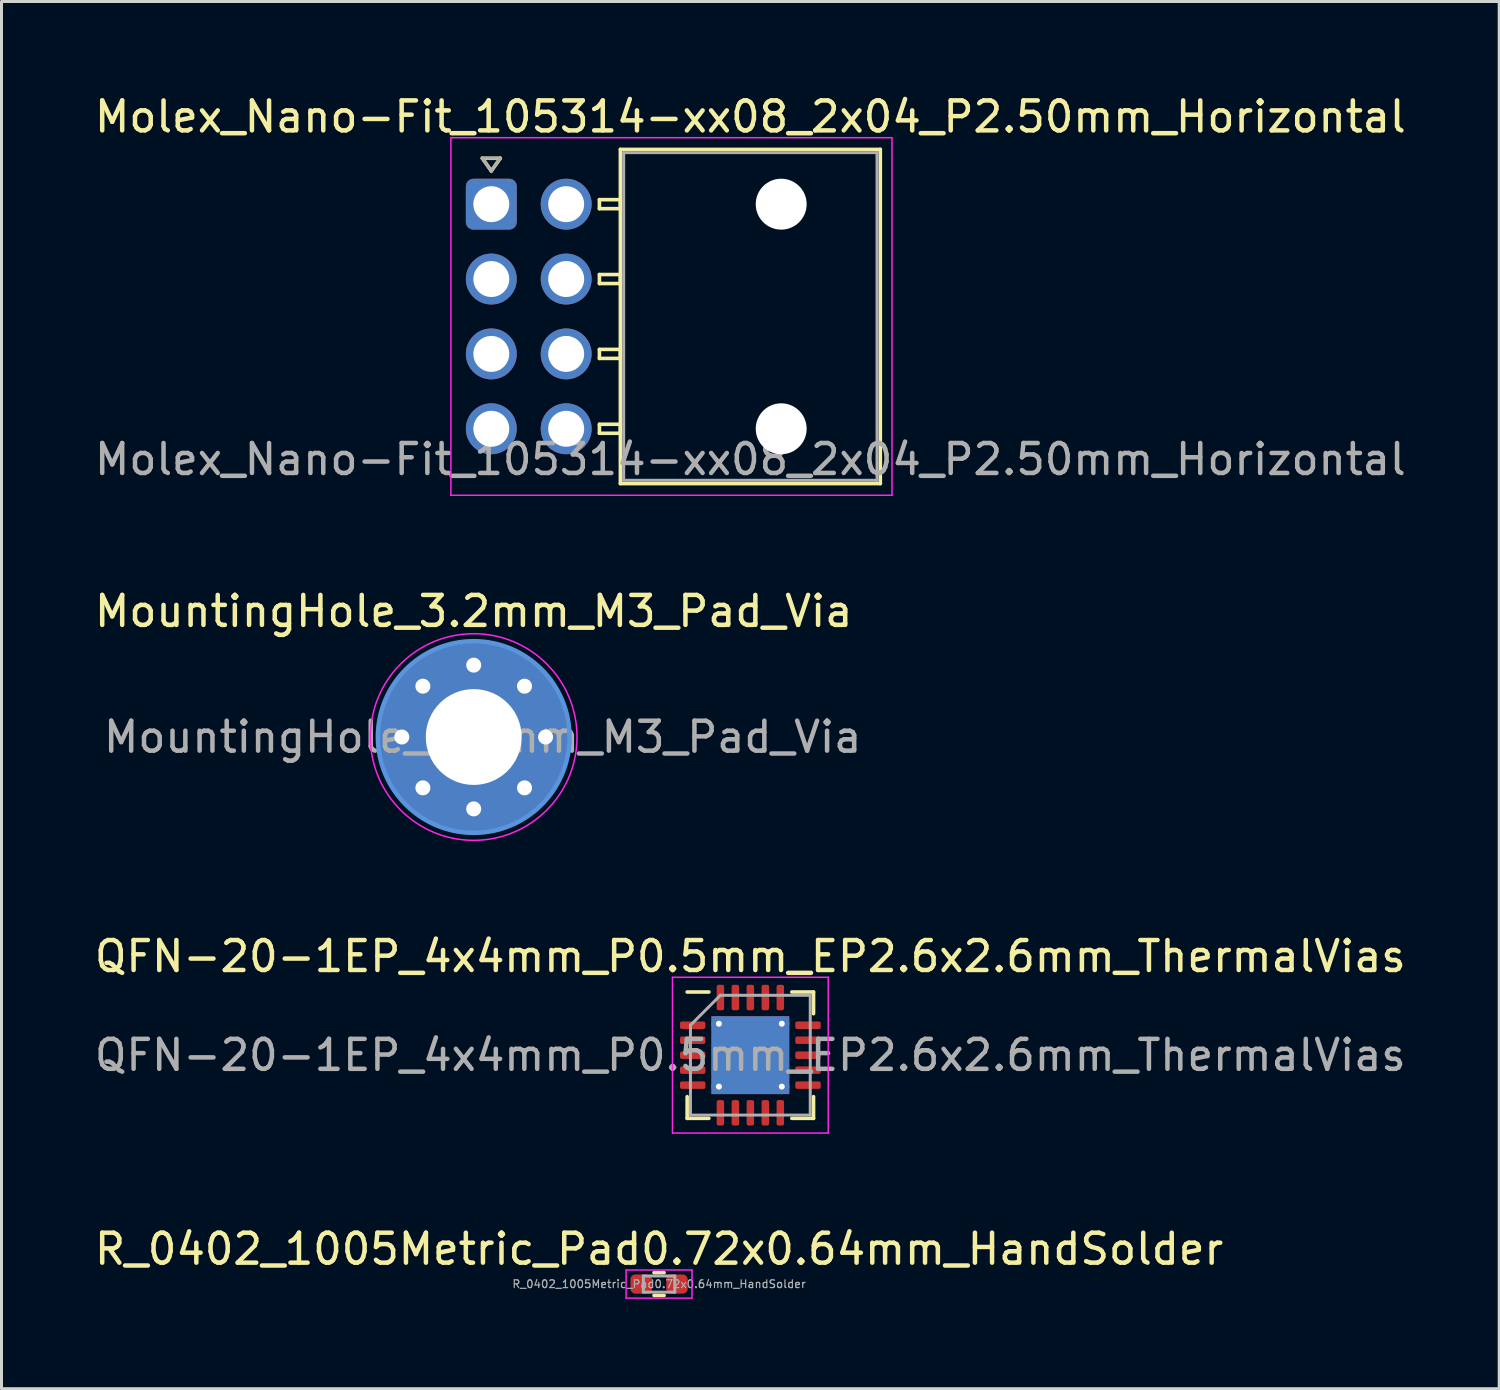
<source format=kicad_pcb>
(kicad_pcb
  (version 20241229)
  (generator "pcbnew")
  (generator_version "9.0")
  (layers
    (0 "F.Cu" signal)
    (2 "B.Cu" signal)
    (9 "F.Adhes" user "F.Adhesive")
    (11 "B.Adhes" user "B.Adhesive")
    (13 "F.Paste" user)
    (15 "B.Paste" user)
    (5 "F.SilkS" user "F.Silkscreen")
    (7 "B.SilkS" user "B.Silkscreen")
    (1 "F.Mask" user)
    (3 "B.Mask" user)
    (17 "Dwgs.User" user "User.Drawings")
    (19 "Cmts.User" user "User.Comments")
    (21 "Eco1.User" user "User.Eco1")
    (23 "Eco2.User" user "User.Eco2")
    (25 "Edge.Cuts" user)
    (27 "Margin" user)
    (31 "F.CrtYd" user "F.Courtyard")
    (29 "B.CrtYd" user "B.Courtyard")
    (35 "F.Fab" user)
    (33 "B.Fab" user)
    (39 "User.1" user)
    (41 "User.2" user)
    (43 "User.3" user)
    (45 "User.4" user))
  (footprint "QFN-20-1EP_4x4mm_P0.5mm_EP2.6x2.6mm_ThermalVias"
    (layer "F.Cu")
    (at 22.006 32.185)
    (property "Reference" "QFN-20-1EP_4x4mm_P0.5mm_EP2.6x2.6mm_ThermalVias" (at 0 -3.3 0) (layer "F.SilkS") (effects (font (size 1 1) (thickness 0.15))))
    (attr smd)
    (fp_line (start -2.11 2.11) (end -2.11 1.385) (stroke (width 0.12) (type solid)) (layer "F.SilkS"))
    (fp_line (start -1.385 -2.11) (end -2.11 -2.11) (stroke (width 0.12) (type solid)) (layer "F.SilkS"))
    (fp_line (start -1.385 2.11) (end -2.11 2.11) (stroke (width 0.12) (type solid)) (layer "F.SilkS"))
    (fp_line (start 1.385 -2.11) (end 2.11 -2.11) (stroke (width 0.12) (type solid)) (layer "F.SilkS"))
    (fp_line (start 1.385 2.11) (end 2.11 2.11) (stroke (width 0.12) (type solid)) (layer "F.SilkS"))
    (fp_line (start 2.11 -2.11) (end 2.11 -1.385) (stroke (width 0.12) (type solid)) (layer "F.SilkS"))
    (fp_line (start 2.11 2.11) (end 2.11 1.385) (stroke (width 0.12) (type solid)) (layer "F.SilkS"))
    (fp_line (start -2.6 -2.6) (end -2.6 2.6) (stroke (width 0.05) (type solid)) (layer "F.CrtYd"))
    (fp_line (start -2.6 2.6) (end 2.6 2.6) (stroke (width 0.05) (type solid)) (layer "F.CrtYd"))
    (fp_line (start 2.6 -2.6) (end -2.6 -2.6) (stroke (width 0.05) (type solid)) (layer "F.CrtYd"))
    (fp_line (start 2.6 2.6) (end 2.6 -2.6) (stroke (width 0.05) (type solid)) (layer "F.CrtYd"))
    (fp_line (start -2 -1) (end -1 -2) (stroke (width 0.1) (type solid)) (layer "F.Fab"))
    (fp_line (start -2 2) (end -2 -1) (stroke (width 0.1) (type solid)) (layer "F.Fab"))
    (fp_line (start -1 -2) (end 2 -2) (stroke (width 0.1) (type solid)) (layer "F.Fab"))
    (fp_line (start 2 -2) (end 2 2) (stroke (width 0.1) (type solid)) (layer "F.Fab"))
    (fp_line (start 2 2) (end -2 2) (stroke (width 0.1) (type solid)) (layer "F.Fab"))
    (fp_text user "${REFERENCE}" (at 0 0 0) (layer "F.Fab") (effects (font (size 1 1) (thickness 0.15))))
    (pad "" smd roundrect (at -0.65 -0.65) (size 1.13 1.13) (layers "F.Paste") (roundrect_rratio 0.221))
    (pad "" smd roundrect (at -0.65 0.65) (size 1.13 1.13) (layers "F.Paste") (roundrect_rratio 0.221))
    (pad "" smd roundrect (at 0.65 -0.65) (size 1.13 1.13) (layers "F.Paste") (roundrect_rratio 0.221))
    (pad "" smd roundrect (at 0.65 0.65) (size 1.13 1.13) (layers "F.Paste") (roundrect_rratio 0.221))
    (pad "1" smd roundrect (at -1.925 -1) (size 0.85 0.25) (layers "F.Cu" "F.Mask" "F.Paste") (roundrect_rratio 0.25))
    (pad "2" smd roundrect (at -1.925 -0.5) (size 0.85 0.25) (layers "F.Cu" "F.Mask" "F.Paste") (roundrect_rratio 0.25))
    (pad "3" smd roundrect (at -1.925 0) (size 0.85 0.25) (layers "F.Cu" "F.Mask" "F.Paste") (roundrect_rratio 0.25))
    (pad "4" smd roundrect (at -1.925 0.5) (size 0.85 0.25) (layers "F.Cu" "F.Mask" "F.Paste") (roundrect_rratio 0.25))
    (pad "5" smd roundrect (at -1.925 1) (size 0.85 0.25) (layers "F.Cu" "F.Mask" "F.Paste") (roundrect_rratio 0.25))
    (pad "6" smd roundrect (at -1 1.925) (size 0.25 0.85) (layers "F.Cu" "F.Mask" "F.Paste") (roundrect_rratio 0.25))
    (pad "7" smd roundrect (at -0.5 1.925) (size 0.25 0.85) (layers "F.Cu" "F.Mask" "F.Paste") (roundrect_rratio 0.25))
    (pad "8" smd roundrect (at 0 1.925) (size 0.25 0.85) (layers "F.Cu" "F.Mask" "F.Paste") (roundrect_rratio 0.25))
    (pad "9" smd roundrect (at 0.5 1.925) (size 0.25 0.85) (layers "F.Cu" "F.Mask" "F.Paste") (roundrect_rratio 0.25))
    (pad "10" smd roundrect (at 1 1.925) (size 0.25 0.85) (layers "F.Cu" "F.Mask" "F.Paste") (roundrect_rratio 0.25))
    (pad "11" smd roundrect (at 1.925 1) (size 0.85 0.25) (layers "F.Cu" "F.Mask" "F.Paste") (roundrect_rratio 0.25))
    (pad "12" smd roundrect (at 1.925 0.5) (size 0.85 0.25) (layers "F.Cu" "F.Mask" "F.Paste") (roundrect_rratio 0.25))
    (pad "13" smd roundrect (at 1.925 0) (size 0.85 0.25) (layers "F.Cu" "F.Mask" "F.Paste") (roundrect_rratio 0.25))
    (pad "14" smd roundrect (at 1.925 -0.5) (size 0.85 0.25) (layers "F.Cu" "F.Mask" "F.Paste") (roundrect_rratio 0.25))
    (pad "15" smd roundrect (at 1.925 -1) (size 0.85 0.25) (layers "F.Cu" "F.Mask" "F.Paste") (roundrect_rratio 0.25))
    (pad "16" smd roundrect (at 1 -1.925) (size 0.25 0.85) (layers "F.Cu" "F.Mask" "F.Paste") (roundrect_rratio 0.25))
    (pad "17" smd roundrect (at 0.5 -1.925) (size 0.25 0.85) (layers "F.Cu" "F.Mask" "F.Paste") (roundrect_rratio 0.25))
    (pad "18" smd roundrect (at 0 -1.925) (size 0.25 0.85) (layers "F.Cu" "F.Mask" "F.Paste") (roundrect_rratio 0.25))
    (pad "19" smd roundrect (at -0.5 -1.925) (size 0.25 0.85) (layers "F.Cu" "F.Mask" "F.Paste") (roundrect_rratio 0.25))
    (pad "20" smd roundrect (at -1 -1.925) (size 0.25 0.85) (layers "F.Cu" "F.Mask" "F.Paste") (roundrect_rratio 0.25))
    (pad "21" thru_hole circle (at -1.05 -1.05) (size 0.5 0.5) (drill 0.2) (layers "*.Cu"))
    (pad "21" thru_hole circle (at -1.05 1.05) (size 0.5 0.5) (drill 0.2) (layers "*.Cu"))
    (pad "21" smd rect (at 0 0) (size 2.6 2.6) (layers "F.Cu" "F.Mask"))
    (pad "21" smd rect (at 0 0) (size 2.6 2.6) (layers "B.Cu"))
    (pad "21" thru_hole circle (at 1.05 -1.05) (size 0.5 0.5) (drill 0.2) (layers "*.Cu"))
    (pad "21" thru_hole circle (at 1.05 1.05) (size 0.5 0.5) (drill 0.2) (layers "*.Cu")))
  (footprint "Molex_Nano-Fit_105314-xx08_2x04_P2.50mm_Horizontal"
    (layer "F.Cu")
    (at 13.356 3.768)
    (property "Reference" "Molex_Nano-Fit_105314-xx08_2x04_P2.50mm_Horizontal" (at 8.65 -2.92 0) (layer "F.SilkS") (effects (font (size 1 1) (thickness 0.15))))
    (attr through_hole)
    (fp_line (start -0.3 -1.534) (end 0 -1.11) (stroke (width 0.12) (type solid)) (layer "F.SilkS"))
    (fp_line (start 0 -1.11) (end 0.3 -1.534) (stroke (width 0.12) (type solid)) (layer "F.SilkS"))
    (fp_line (start 0.3 -1.534) (end -0.3 -1.534) (stroke (width 0.12) (type solid)) (layer "F.SilkS"))
    (fp_line (start 3.61 -0.15) (end 3.61 0.15) (stroke (width 0.12) (type solid)) (layer "F.SilkS"))
    (fp_line (start 3.61 0.15) (end 4.31 0.15) (stroke (width 0.12) (type solid)) (layer "F.SilkS"))
    (fp_line (start 3.61 2.35) (end 3.61 2.65) (stroke (width 0.12) (type solid)) (layer "F.SilkS"))
    (fp_line (start 3.61 2.65) (end 4.31 2.65) (stroke (width 0.12) (type solid)) (layer "F.SilkS"))
    (fp_line (start 3.61 4.85) (end 3.61 5.15) (stroke (width 0.12) (type solid)) (layer "F.SilkS"))
    (fp_line (start 3.61 5.15) (end 4.31 5.15) (stroke (width 0.12) (type solid)) (layer "F.SilkS"))
    (fp_line (start 3.61 7.35) (end 3.61 7.65) (stroke (width 0.12) (type solid)) (layer "F.SilkS"))
    (fp_line (start 3.61 7.65) (end 4.31 7.65) (stroke (width 0.12) (type solid)) (layer "F.SilkS"))
    (fp_line (start 4.31 -1.83) (end 4.31 9.33) (stroke (width 0.12) (type solid)) (layer "F.SilkS"))
    (fp_line (start 4.31 -0.15) (end 3.61 -0.15) (stroke (width 0.12) (type solid)) (layer "F.SilkS"))
    (fp_line (start 4.31 0.15) (end 4.31 -0.15) (stroke (width 0.12) (type solid)) (layer "F.SilkS"))
    (fp_line (start 4.31 2.35) (end 3.61 2.35) (stroke (width 0.12) (type solid)) (layer "F.SilkS"))
    (fp_line (start 4.31 2.65) (end 4.31 2.35) (stroke (width 0.12) (type solid)) (layer "F.SilkS"))
    (fp_line (start 4.31 4.85) (end 3.61 4.85) (stroke (width 0.12) (type solid)) (layer "F.SilkS"))
    (fp_line (start 4.31 5.15) (end 4.31 4.85) (stroke (width 0.12) (type solid)) (layer "F.SilkS"))
    (fp_line (start 4.31 7.35) (end 3.61 7.35) (stroke (width 0.12) (type solid)) (layer "F.SilkS"))
    (fp_line (start 4.31 7.65) (end 4.31 7.35) (stroke (width 0.12) (type solid)) (layer "F.SilkS"))
    (fp_line (start 4.31 9.33) (end 12.99 9.33) (stroke (width 0.12) (type solid)) (layer "F.SilkS"))
    (fp_line (start 12.99 -1.83) (end 4.31 -1.83) (stroke (width 0.12) (type solid)) (layer "F.SilkS"))
    (fp_line (start 12.99 9.33) (end 12.99 -1.83) (stroke (width 0.12) (type solid)) (layer "F.SilkS"))
    (fp_line (start -1.35 -2.22) (end -1.35 9.72) (stroke (width 0.05) (type solid)) (layer "F.CrtYd"))
    (fp_line (start -1.35 9.72) (end 13.38 9.72) (stroke (width 0.05) (type solid)) (layer "F.CrtYd"))
    (fp_line (start 13.38 -2.22) (end -1.35 -2.22) (stroke (width 0.05) (type solid)) (layer "F.CrtYd"))
    (fp_line (start 13.38 9.72) (end 13.38 -2.22) (stroke (width 0.05) (type solid)) (layer "F.CrtYd"))
    (fp_line (start -0.3 -1.534) (end 0 -1.11) (stroke (width 0.1) (type solid)) (layer "F.Fab"))
    (fp_line (start 0 -1.11) (end 0.3 -1.534) (stroke (width 0.1) (type solid)) (layer "F.Fab"))
    (fp_line (start 0.3 -1.534) (end -0.3 -1.534) (stroke (width 0.1) (type solid)) (layer "F.Fab"))
    (fp_line (start 4.42 -1.72) (end 4.42 9.22) (stroke (width 0.1) (type solid)) (layer "F.Fab"))
    (fp_line (start 4.42 9.22) (end 12.88 9.22) (stroke (width 0.1) (type solid)) (layer "F.Fab"))
    (fp_line (start 12.88 -1.72) (end 4.42 -1.72) (stroke (width 0.1) (type solid)) (layer "F.Fab"))
    (fp_line (start 12.88 9.22) (end 12.88 -1.72) (stroke (width 0.1) (type solid)) (layer "F.Fab"))
    (fp_text user "${REFERENCE}" (at 8.65 8.52 0) (layer "F.Fab") (effects (font (size 1 1) (thickness 0.15))))
    (pad "" np_thru_hole circle (at 9.68 0) (size 1.7 1.7) (drill 1.7) (layers "*.Cu" "*.Mask"))
    (pad "" np_thru_hole circle (at 9.68 7.5) (size 1.7 1.7) (drill 1.7) (layers "*.Cu" "*.Mask"))
    (pad "1" thru_hole roundrect (at 0 0) (size 1.7 1.7) (drill 1.2) (layers "*.Cu" "*.Mask") (roundrect_rratio 0.147))
    (pad "2" thru_hole circle (at 2.5 0) (size 1.7 1.7) (drill 1.2) (layers "*.Cu" "*.Mask"))
    (pad "3" thru_hole circle (at 0 2.5) (size 1.7 1.7) (drill 1.2) (layers "*.Cu" "*.Mask"))
    (pad "4" thru_hole circle (at 2.5 2.5) (size 1.7 1.7) (drill 1.2) (layers "*.Cu" "*.Mask"))
    (pad "5" thru_hole circle (at 0 5) (size 1.7 1.7) (drill 1.2) (layers "*.Cu" "*.Mask"))
    (pad "6" thru_hole circle (at 2.5 5) (size 1.7 1.7) (drill 1.2) (layers "*.Cu" "*.Mask"))
    (pad "7" thru_hole circle (at 0 7.5) (size 1.7 1.7) (drill 1.2) (layers "*.Cu" "*.Mask"))
    (pad "8" thru_hole circle (at 2.5 7.5) (size 1.7 1.7) (drill 1.2) (layers "*.Cu" "*.Mask")))
  (footprint "R_0402_1005Metric_Pad0.72x0.64mm_HandSolder"
    (layer "F.Cu")
    (at 18.958 39.828)
    (property "Reference" "R_0402_1005Metric_Pad0.72x0.64mm_HandSolder" (at 0 -1.17 0) (layer "F.SilkS") (effects (font (size 1 1) (thickness 0.15))))
    (attr smd)
    (fp_line (start -0.168 -0.38) (end 0.168 -0.38) (stroke (width 0.12) (type solid)) (layer "F.SilkS"))
    (fp_line (start -0.168 0.38) (end 0.168 0.38) (stroke (width 0.12) (type solid)) (layer "F.SilkS"))
    (fp_line (start -1.1 -0.47) (end 1.1 -0.47) (stroke (width 0.05) (type solid)) (layer "F.CrtYd"))
    (fp_line (start -1.1 0.47) (end -1.1 -0.47) (stroke (width 0.05) (type solid)) (layer "F.CrtYd"))
    (fp_line (start 1.1 -0.47) (end 1.1 0.47) (stroke (width 0.05) (type solid)) (layer "F.CrtYd"))
    (fp_line (start 1.1 0.47) (end -1.1 0.47) (stroke (width 0.05) (type solid)) (layer "F.CrtYd"))
    (fp_line (start -0.525 -0.27) (end 0.525 -0.27) (stroke (width 0.1) (type solid)) (layer "F.Fab"))
    (fp_line (start -0.525 0.27) (end -0.525 -0.27) (stroke (width 0.1) (type solid)) (layer "F.Fab"))
    (fp_line (start 0.525 -0.27) (end 0.525 0.27) (stroke (width 0.1) (type solid)) (layer "F.Fab"))
    (fp_line (start 0.525 0.27) (end -0.525 0.27) (stroke (width 0.1) (type solid)) (layer "F.Fab"))
    (fp_text user "${REFERENCE}" (at 0 0 0) (layer "F.Fab") (effects (font (size 0.26 0.26) (thickness 0.04))))
    (pad "1" smd roundrect (at -0.598 0) (size 0.715 0.64) (layers "F.Cu" "F.Mask" "F.Paste") (roundrect_rratio 0.25))
    (pad "2" smd roundrect (at 0.598 0) (size 0.715 0.64) (layers "F.Cu" "F.Mask" "F.Paste") (roundrect_rratio 0.25)))
  (footprint "MountingHole_3.2mm_M3_Pad_Via"
    (layer "F.Cu")
    (at 12.768 21.561)
    (property "Reference" "MountingHole_3.2mm_M3_Pad_Via" (at 0 -4.2 0) (layer "F.SilkS") (effects (font (size 1 1) (thickness 0.15))))
    (attr exclude_from_pos_files exclude_from_bom)
    (fp_circle (center 0 0) (end 3.2 0) (stroke (width 0.15) (type solid)) (fill no) (layer "Cmts.User"))
    (fp_circle (center 0 0) (end 3.45 0) (stroke (width 0.05) (type solid)) (fill no) (layer "F.CrtYd"))
    (fp_text user "${REFERENCE}" (at 0.3 0 0) (layer "F.Fab") (effects (font (size 1 1) (thickness 0.15))))
    (pad "1" thru_hole circle (at -2.4 0) (size 0.8 0.8) (drill 0.5) (layers "*.Cu" "*.Mask"))
    (pad "1" thru_hole circle (at -1.697 -1.697) (size 0.8 0.8) (drill 0.5) (layers "*.Cu" "*.Mask"))
    (pad "1" thru_hole circle (at -1.697 1.697) (size 0.8 0.8) (drill 0.5) (layers "*.Cu" "*.Mask"))
    (pad "1" thru_hole circle (at 0 -2.4) (size 0.8 0.8) (drill 0.5) (layers "*.Cu" "*.Mask"))
    (pad "1" thru_hole circle (at 0 0) (size 6.4 6.4) (drill 3.2) (layers "*.Cu" "*.Mask"))
    (pad "1" thru_hole circle (at 0 2.4) (size 0.8 0.8) (drill 0.5) (layers "*.Cu" "*.Mask"))
    (pad "1" thru_hole circle (at 1.697 -1.697) (size 0.8 0.8) (drill 0.5) (layers "*.Cu" "*.Mask"))
    (pad "1" thru_hole circle (at 1.697 1.697) (size 0.8 0.8) (drill 0.5) (layers "*.Cu" "*.Mask"))
    (pad "1" thru_hole circle (at 2.4 0) (size 0.8 0.8) (drill 0.5) (layers "*.Cu" "*.Mask")))
  (gr_rect
    (start -3 -3)
    (end 47.012 43.323)
    (stroke (width 0.1) (type default))
    (fill no)
    (layer "Edge.Cuts")))
</source>
